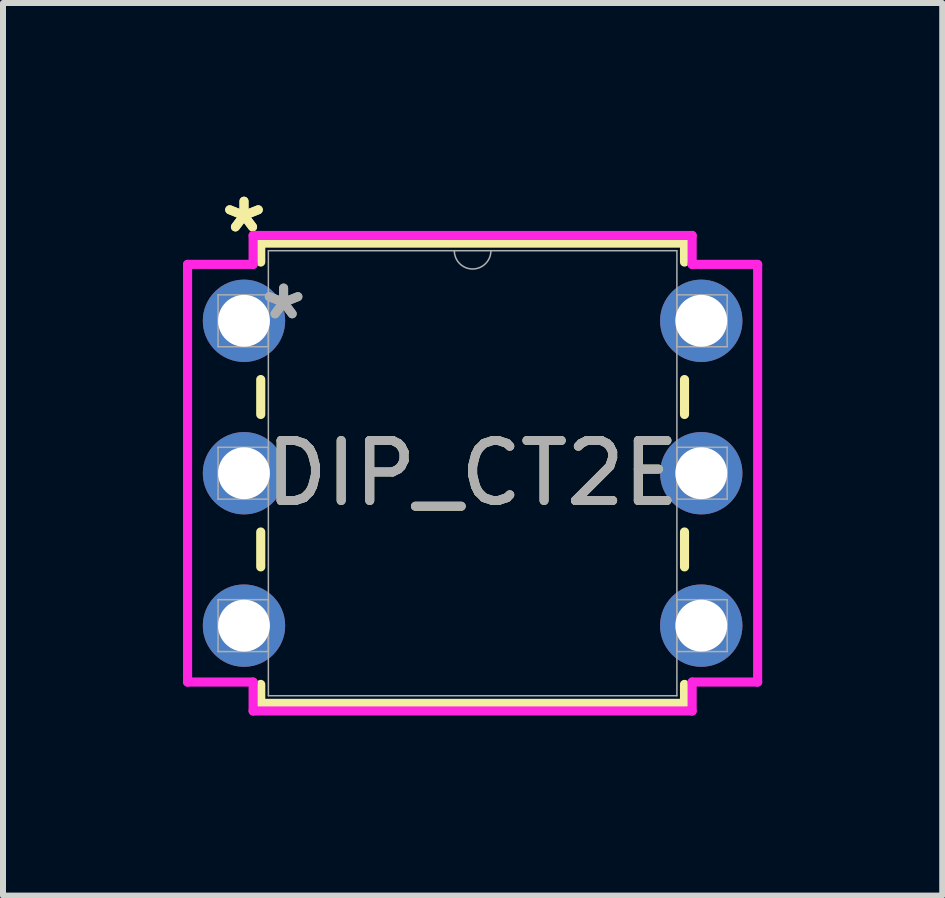
<source format=kicad_pcb>
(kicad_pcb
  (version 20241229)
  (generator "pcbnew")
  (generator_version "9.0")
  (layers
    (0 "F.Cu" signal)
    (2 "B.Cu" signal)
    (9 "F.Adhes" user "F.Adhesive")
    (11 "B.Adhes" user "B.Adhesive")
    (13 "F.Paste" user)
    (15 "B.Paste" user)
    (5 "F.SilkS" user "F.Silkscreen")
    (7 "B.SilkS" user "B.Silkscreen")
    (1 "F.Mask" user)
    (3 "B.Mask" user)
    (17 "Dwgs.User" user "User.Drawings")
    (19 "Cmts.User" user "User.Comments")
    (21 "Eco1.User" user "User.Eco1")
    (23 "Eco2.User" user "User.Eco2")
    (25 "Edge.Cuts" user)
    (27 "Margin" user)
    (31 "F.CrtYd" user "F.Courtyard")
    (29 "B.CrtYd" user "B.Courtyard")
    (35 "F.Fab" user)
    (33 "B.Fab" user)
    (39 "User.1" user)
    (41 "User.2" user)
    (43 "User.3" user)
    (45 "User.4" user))
  (footprint "DIP_CT2E"
    (layer "F.Cu")
    (at 1.016 2.296)
    (property "Reference" "DIP_CT2E" (at 3.81 2.54 0) (unlocked yes) (layer "F.SilkS") (effects (font (size 1 1) (thickness 0.15))))
    (attr through_hole)
    (fp_line (start 0.279 -1.295) (end 0.279 -0.979) (stroke (width 0.152) (type solid)) (layer "F.SilkS"))
    (fp_line (start 0.279 0.979) (end 0.279 1.561) (stroke (width 0.152) (type solid)) (layer "F.SilkS"))
    (fp_line (start 0.279 3.519) (end 0.279 4.101) (stroke (width 0.152) (type solid)) (layer "F.SilkS"))
    (fp_line (start 0.279 6.059) (end 0.279 6.375) (stroke (width 0.152) (type solid)) (layer "F.SilkS"))
    (fp_line (start 0.279 6.375) (end 7.341 6.375) (stroke (width 0.152) (type solid)) (layer "F.SilkS"))
    (fp_line (start 7.341 -1.295) (end 0.279 -1.295) (stroke (width 0.152) (type solid)) (layer "F.SilkS"))
    (fp_line (start 7.341 -0.979) (end 7.341 -1.295) (stroke (width 0.152) (type solid)) (layer "F.SilkS"))
    (fp_line (start 7.341 1.561) (end 7.341 0.979) (stroke (width 0.152) (type solid)) (layer "F.SilkS"))
    (fp_line (start 7.341 4.101) (end 7.341 3.519) (stroke (width 0.152) (type solid)) (layer "F.SilkS"))
    (fp_line (start 7.341 6.375) (end 7.341 6.059) (stroke (width 0.152) (type solid)) (layer "F.SilkS"))
    (fp_line (start -0.94 -0.94) (end 0.152 -0.94) (stroke (width 0.152) (type solid)) (layer "F.CrtYd"))
    (fp_line (start -0.94 6.02) (end -0.94 -0.94) (stroke (width 0.152) (type solid)) (layer "F.CrtYd"))
    (fp_line (start 0.152 -1.422) (end 7.468 -1.422) (stroke (width 0.152) (type solid)) (layer "F.CrtYd"))
    (fp_line (start 0.152 -0.94) (end 0.152 -1.422) (stroke (width 0.152) (type solid)) (layer "F.CrtYd"))
    (fp_line (start 0.152 6.02) (end -0.94 6.02) (stroke (width 0.152) (type solid)) (layer "F.CrtYd"))
    (fp_line (start 0.152 6.502) (end 0.152 6.02) (stroke (width 0.152) (type solid)) (layer "F.CrtYd"))
    (fp_line (start 7.468 -1.422) (end 7.468 -0.94) (stroke (width 0.152) (type solid)) (layer "F.CrtYd"))
    (fp_line (start 7.468 6.02) (end 7.468 6.502) (stroke (width 0.152) (type solid)) (layer "F.CrtYd"))
    (fp_line (start 7.468 6.502) (end 0.152 6.502) (stroke (width 0.152) (type solid)) (layer "F.CrtYd"))
    (fp_line (start 8.56 -0.94) (end 7.468 -0.94) (stroke (width 0.152) (type solid)) (layer "F.CrtYd"))
    (fp_line (start 8.56 -0.94) (end 8.56 6.02) (stroke (width 0.152) (type solid)) (layer "F.CrtYd"))
    (fp_line (start 8.56 6.02) (end 7.468 6.02) (stroke (width 0.152) (type solid)) (layer "F.CrtYd"))
    (fp_line (start -0.432 -0.432) (end -0.432 0.432) (stroke (width 0.025) (type solid)) (layer "F.Fab"))
    (fp_line (start -0.432 0.432) (end 0.406 0.432) (stroke (width 0.025) (type solid)) (layer "F.Fab"))
    (fp_line (start -0.432 2.108) (end -0.432 2.972) (stroke (width 0.025) (type solid)) (layer "F.Fab"))
    (fp_line (start -0.432 2.972) (end 0.406 2.972) (stroke (width 0.025) (type solid)) (layer "F.Fab"))
    (fp_line (start -0.432 4.648) (end -0.432 5.512) (stroke (width 0.025) (type solid)) (layer "F.Fab"))
    (fp_line (start -0.432 5.512) (end 0.406 5.512) (stroke (width 0.025) (type solid)) (layer "F.Fab"))
    (fp_line (start 0.406 -1.168) (end 0.406 6.248) (stroke (width 0.025) (type solid)) (layer "F.Fab"))
    (fp_line (start 0.406 -0.432) (end -0.432 -0.432) (stroke (width 0.025) (type solid)) (layer "F.Fab"))
    (fp_line (start 0.406 0.432) (end 0.406 -0.432) (stroke (width 0.025) (type solid)) (layer "F.Fab"))
    (fp_line (start 0.406 2.108) (end -0.432 2.108) (stroke (width 0.025) (type solid)) (layer "F.Fab"))
    (fp_line (start 0.406 2.972) (end 0.406 2.108) (stroke (width 0.025) (type solid)) (layer "F.Fab"))
    (fp_line (start 0.406 4.648) (end -0.432 4.648) (stroke (width 0.025) (type solid)) (layer "F.Fab"))
    (fp_line (start 0.406 5.512) (end 0.406 4.648) (stroke (width 0.025) (type solid)) (layer "F.Fab"))
    (fp_line (start 0.406 6.248) (end 7.214 6.248) (stroke (width 0.025) (type solid)) (layer "F.Fab"))
    (fp_line (start 7.214 -1.168) (end 0.406 -1.168) (stroke (width 0.025) (type solid)) (layer "F.Fab"))
    (fp_line (start 7.214 -0.432) (end 7.214 0.432) (stroke (width 0.025) (type solid)) (layer "F.Fab"))
    (fp_line (start 7.214 0.432) (end 8.052 0.432) (stroke (width 0.025) (type solid)) (layer "F.Fab"))
    (fp_line (start 7.214 2.108) (end 7.214 2.972) (stroke (width 0.025) (type solid)) (layer "F.Fab"))
    (fp_line (start 7.214 2.972) (end 8.052 2.972) (stroke (width 0.025) (type solid)) (layer "F.Fab"))
    (fp_line (start 7.214 4.648) (end 7.214 5.512) (stroke (width 0.025) (type solid)) (layer "F.Fab"))
    (fp_line (start 7.214 5.512) (end 8.052 5.512) (stroke (width 0.025) (type solid)) (layer "F.Fab"))
    (fp_line (start 7.214 6.248) (end 7.214 -1.168) (stroke (width 0.025) (type solid)) (layer "F.Fab"))
    (fp_line (start 8.052 -0.432) (end 7.214 -0.432) (stroke (width 0.025) (type solid)) (layer "F.Fab"))
    (fp_line (start 8.052 0.432) (end 8.052 -0.432) (stroke (width 0.025) (type solid)) (layer "F.Fab"))
    (fp_line (start 8.052 2.108) (end 7.214 2.108) (stroke (width 0.025) (type solid)) (layer "F.Fab"))
    (fp_line (start 8.052 2.972) (end 8.052 2.108) (stroke (width 0.025) (type solid)) (layer "F.Fab"))
    (fp_line (start 8.052 4.648) (end 7.214 4.648) (stroke (width 0.025) (type solid)) (layer "F.Fab"))
    (fp_line (start 8.052 5.512) (end 8.052 4.648) (stroke (width 0.025) (type solid)) (layer "F.Fab"))
    (fp_arc (start 4.1148 -1.1684) (mid 3.81 -0.8636) (end 3.5052 -1.1684) (stroke (width 0.0254) (type solid)) (layer "F.Fab"))
    (fp_text user "*" (at 0 -1.448 0) (unlocked yes) (layer "F.SilkS") (effects (font (size 1 1) (thickness 0.15))))
    (fp_text user "*" (at 0 -1.448 0) (layer "F.SilkS") (effects (font (size 1 1) (thickness 0.15))))
    (fp_text user "${REFERENCE}" (at 3.81 2.54 0) (unlocked yes) (layer "F.Fab") (effects (font (size 1 1) (thickness 0.15))))
    (fp_text user "*" (at 0.66 0 0) (layer "F.Fab") (effects (font (size 1 1) (thickness 0.15))))
    (fp_text user "*" (at 0.66 0 0) (unlocked yes) (layer "F.Fab") (effects (font (size 1 1) (thickness 0.15))))
    (pad "1" thru_hole circle (at 0 0) (size 1.372 1.372) (drill 0.864) (layers "*.Cu" "*.Mask"))
    (pad "2" thru_hole circle (at 0 2.54) (size 1.372 1.372) (drill 0.864) (layers "*.Cu" "*.Mask"))
    (pad "3" thru_hole circle (at 0 5.08) (size 1.372 1.372) (drill 0.864) (layers "*.Cu" "*.Mask"))
    (pad "4" thru_hole circle (at 7.62 5.08) (size 1.372 1.372) (drill 0.864) (layers "*.Cu" "*.Mask"))
    (pad "5" thru_hole circle (at 7.62 2.54) (size 1.372 1.372) (drill 0.864) (layers "*.Cu" "*.Mask"))
    (pad "6" thru_hole circle (at 7.62 0) (size 1.372 1.372) (drill 0.864) (layers "*.Cu" "*.Mask")))
  (gr_rect
    (start -3 -3)
    (end 12.652 11.875)
    (stroke (width 0.1) (type default))
    (fill no)
    (layer "Edge.Cuts")))
</source>
